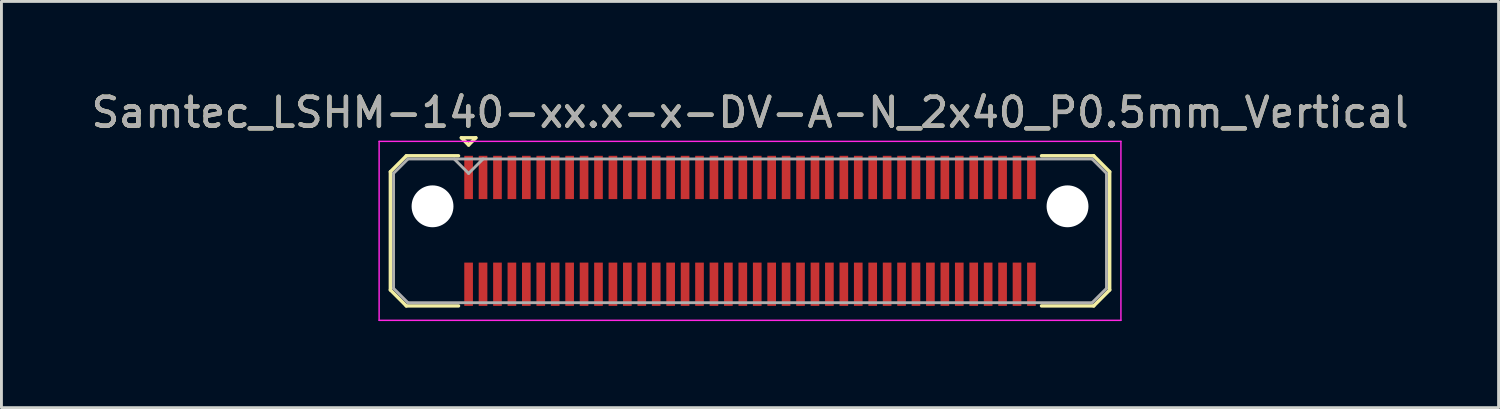
<source format=kicad_pcb>
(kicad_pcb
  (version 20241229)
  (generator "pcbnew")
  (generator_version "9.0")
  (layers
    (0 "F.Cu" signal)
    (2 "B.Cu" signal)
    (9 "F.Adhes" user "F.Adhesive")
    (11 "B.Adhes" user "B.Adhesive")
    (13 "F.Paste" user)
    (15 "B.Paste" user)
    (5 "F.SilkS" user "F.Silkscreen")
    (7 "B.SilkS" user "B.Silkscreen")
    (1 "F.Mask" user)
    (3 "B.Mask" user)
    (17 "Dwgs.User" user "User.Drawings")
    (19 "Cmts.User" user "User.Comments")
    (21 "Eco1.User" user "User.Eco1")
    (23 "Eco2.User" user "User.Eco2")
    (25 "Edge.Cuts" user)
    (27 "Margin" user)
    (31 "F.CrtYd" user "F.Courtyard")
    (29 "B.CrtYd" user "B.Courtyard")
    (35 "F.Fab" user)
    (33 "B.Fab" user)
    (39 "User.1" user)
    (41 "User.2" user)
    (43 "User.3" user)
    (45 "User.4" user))
  (footprint "Samtec_LSHM-140-xx.x-x-DV-A-N_2x40_P0.5mm_Vertical"
    (layer "F.Cu")
    (at 22.935 4.948)
    (property "Reference" "Samtec_LSHM-140-xx.x-x-DV-A-N_2x40_P0.5mm_Vertical" (at 0 -4.1 0) (layer "F.SilkS") (effects (font (size 1 1) (thickness 0.15))))
    (attr smd)
    (fp_line (start -12.46 -2.047) (end -12.46 2.047) (stroke (width 0.12) (type solid)) (layer "F.SilkS"))
    (fp_line (start -12.46 2.047) (end -11.907 2.6) (stroke (width 0.12) (type solid)) (layer "F.SilkS"))
    (fp_line (start -11.907 -2.6) (end -12.46 -2.047) (stroke (width 0.12) (type solid)) (layer "F.SilkS"))
    (fp_line (start -11.907 2.6) (end -10.1 2.6) (stroke (width 0.12) (type solid)) (layer "F.SilkS"))
    (fp_line (start -10.1 -2.6) (end -11.907 -2.6) (stroke (width 0.12) (type solid)) (layer "F.SilkS"))
    (fp_line (start -10 -3.225) (end -9.5 -3.225) (stroke (width 0.12) (type solid)) (layer "F.SilkS"))
    (fp_line (start -9.75 -2.975) (end -10 -3.225) (stroke (width 0.12) (type solid)) (layer "F.SilkS"))
    (fp_line (start -9.5 -3.225) (end -9.75 -2.975) (stroke (width 0.12) (type solid)) (layer "F.SilkS"))
    (fp_line (start 10.1 -2.6) (end 11.907 -2.6) (stroke (width 0.12) (type solid)) (layer "F.SilkS"))
    (fp_line (start 11.907 -2.6) (end 12.46 -2.047) (stroke (width 0.12) (type solid)) (layer "F.SilkS"))
    (fp_line (start 11.907 2.6) (end 10.1 2.6) (stroke (width 0.12) (type solid)) (layer "F.SilkS"))
    (fp_line (start 12.46 -2.047) (end 12.46 2.047) (stroke (width 0.12) (type solid)) (layer "F.SilkS"))
    (fp_line (start 12.46 2.047) (end 11.907 2.6) (stroke (width 0.12) (type solid)) (layer "F.SilkS"))
    (fp_line (start -12.85 -3.1) (end -12.85 3.1) (stroke (width 0.05) (type solid)) (layer "F.CrtYd"))
    (fp_line (start -12.85 3.1) (end 12.85 3.1) (stroke (width 0.05) (type solid)) (layer "F.CrtYd"))
    (fp_line (start 12.85 -3.1) (end -12.85 -3.1) (stroke (width 0.05) (type solid)) (layer "F.CrtYd"))
    (fp_line (start 12.85 3.1) (end 12.85 -3.1) (stroke (width 0.05) (type solid)) (layer "F.CrtYd"))
    (fp_line (start -12.35 -1.992) (end -12.35 1.992) (stroke (width 0.1) (type solid)) (layer "F.Fab"))
    (fp_line (start -12.35 1.992) (end -11.852 2.49) (stroke (width 0.1) (type solid)) (layer "F.Fab"))
    (fp_line (start -11.852 -2.49) (end -12.35 -1.992) (stroke (width 0.1) (type solid)) (layer "F.Fab"))
    (fp_line (start -11.852 2.49) (end 11.852 2.49) (stroke (width 0.1) (type solid)) (layer "F.Fab"))
    (fp_line (start -9.75 -1.99) (end -10.25 -2.49) (stroke (width 0.1) (type solid)) (layer "F.Fab"))
    (fp_line (start -9.25 -2.49) (end -9.75 -1.99) (stroke (width 0.1) (type solid)) (layer "F.Fab"))
    (fp_line (start 11.852 -2.49) (end -11.852 -2.49) (stroke (width 0.1) (type solid)) (layer "F.Fab"))
    (fp_line (start 11.852 2.49) (end 12.35 1.992) (stroke (width 0.1) (type solid)) (layer "F.Fab"))
    (fp_line (start 12.35 -1.992) (end 11.852 -2.49) (stroke (width 0.1) (type solid)) (layer "F.Fab"))
    (fp_line (start 12.35 1.992) (end 12.35 -1.992) (stroke (width 0.1) (type solid)) (layer "F.Fab"))
    (fp_text user "${REFERENCE}" (at 0 -4.1 0) (layer "F.Fab") (effects (font (size 1 1) (thickness 0.15))))
    (pad "" np_thru_hole circle (at -11 -0.85) (size 1.45 1.45) (drill 1.45) (layers "*.Cu" "*.Mask"))
    (pad "" np_thru_hole circle (at 11 -0.85) (size 1.45 1.45) (drill 1.45) (layers "*.Cu" "*.Mask"))
    (pad "1" smd rect (at -9.75 -1.85) (size 0.3 1.5) (layers "F.Cu" "F.Mask" "F.Paste"))
    (pad "2" smd rect (at -9.75 1.85) (size 0.3 1.5) (layers "F.Cu" "F.Mask" "F.Paste"))
    (pad "3" smd rect (at -9.25 -1.85) (size 0.3 1.5) (layers "F.Cu" "F.Mask" "F.Paste"))
    (pad "4" smd rect (at -9.25 1.85) (size 0.3 1.5) (layers "F.Cu" "F.Mask" "F.Paste"))
    (pad "5" smd rect (at -8.75 -1.85) (size 0.3 1.5) (layers "F.Cu" "F.Mask" "F.Paste"))
    (pad "6" smd rect (at -8.75 1.85) (size 0.3 1.5) (layers "F.Cu" "F.Mask" "F.Paste"))
    (pad "7" smd rect (at -8.25 -1.85) (size 0.3 1.5) (layers "F.Cu" "F.Mask" "F.Paste"))
    (pad "8" smd rect (at -8.25 1.85) (size 0.3 1.5) (layers "F.Cu" "F.Mask" "F.Paste"))
    (pad "9" smd rect (at -7.75 -1.85) (size 0.3 1.5) (layers "F.Cu" "F.Mask" "F.Paste"))
    (pad "10" smd rect (at -7.75 1.85) (size 0.3 1.5) (layers "F.Cu" "F.Mask" "F.Paste"))
    (pad "11" smd rect (at -7.25 -1.85) (size 0.3 1.5) (layers "F.Cu" "F.Mask" "F.Paste"))
    (pad "12" smd rect (at -7.25 1.85) (size 0.3 1.5) (layers "F.Cu" "F.Mask" "F.Paste"))
    (pad "13" smd rect (at -6.75 -1.85) (size 0.3 1.5) (layers "F.Cu" "F.Mask" "F.Paste"))
    (pad "14" smd rect (at -6.75 1.85) (size 0.3 1.5) (layers "F.Cu" "F.Mask" "F.Paste"))
    (pad "15" smd rect (at -6.25 -1.85) (size 0.3 1.5) (layers "F.Cu" "F.Mask" "F.Paste"))
    (pad "16" smd rect (at -6.25 1.85) (size 0.3 1.5) (layers "F.Cu" "F.Mask" "F.Paste"))
    (pad "17" smd rect (at -5.75 -1.85) (size 0.3 1.5) (layers "F.Cu" "F.Mask" "F.Paste"))
    (pad "18" smd rect (at -5.75 1.85) (size 0.3 1.5) (layers "F.Cu" "F.Mask" "F.Paste"))
    (pad "19" smd rect (at -5.25 -1.85) (size 0.3 1.5) (layers "F.Cu" "F.Mask" "F.Paste"))
    (pad "20" smd rect (at -5.25 1.85) (size 0.3 1.5) (layers "F.Cu" "F.Mask" "F.Paste"))
    (pad "21" smd rect (at -4.75 -1.85) (size 0.3 1.5) (layers "F.Cu" "F.Mask" "F.Paste"))
    (pad "22" smd rect (at -4.75 1.85) (size 0.3 1.5) (layers "F.Cu" "F.Mask" "F.Paste"))
    (pad "23" smd rect (at -4.25 -1.85) (size 0.3 1.5) (layers "F.Cu" "F.Mask" "F.Paste"))
    (pad "24" smd rect (at -4.25 1.85) (size 0.3 1.5) (layers "F.Cu" "F.Mask" "F.Paste"))
    (pad "25" smd rect (at -3.75 -1.85) (size 0.3 1.5) (layers "F.Cu" "F.Mask" "F.Paste"))
    (pad "26" smd rect (at -3.75 1.85) (size 0.3 1.5) (layers "F.Cu" "F.Mask" "F.Paste"))
    (pad "27" smd rect (at -3.25 -1.85) (size 0.3 1.5) (layers "F.Cu" "F.Mask" "F.Paste"))
    (pad "28" smd rect (at -3.25 1.85) (size 0.3 1.5) (layers "F.Cu" "F.Mask" "F.Paste"))
    (pad "29" smd rect (at -2.75 -1.85) (size 0.3 1.5) (layers "F.Cu" "F.Mask" "F.Paste"))
    (pad "30" smd rect (at -2.75 1.85) (size 0.3 1.5) (layers "F.Cu" "F.Mask" "F.Paste"))
    (pad "31" smd rect (at -2.25 -1.85) (size 0.3 1.5) (layers "F.Cu" "F.Mask" "F.Paste"))
    (pad "32" smd rect (at -2.25 1.85) (size 0.3 1.5) (layers "F.Cu" "F.Mask" "F.Paste"))
    (pad "33" smd rect (at -1.75 -1.85) (size 0.3 1.5) (layers "F.Cu" "F.Mask" "F.Paste"))
    (pad "34" smd rect (at -1.75 1.85) (size 0.3 1.5) (layers "F.Cu" "F.Mask" "F.Paste"))
    (pad "35" smd rect (at -1.25 -1.85) (size 0.3 1.5) (layers "F.Cu" "F.Mask" "F.Paste"))
    (pad "36" smd rect (at -1.25 1.85) (size 0.3 1.5) (layers "F.Cu" "F.Mask" "F.Paste"))
    (pad "37" smd rect (at -0.75 -1.85) (size 0.3 1.5) (layers "F.Cu" "F.Mask" "F.Paste"))
    (pad "38" smd rect (at -0.75 1.85) (size 0.3 1.5) (layers "F.Cu" "F.Mask" "F.Paste"))
    (pad "39" smd rect (at -0.25 -1.85) (size 0.3 1.5) (layers "F.Cu" "F.Mask" "F.Paste"))
    (pad "40" smd rect (at -0.25 1.85) (size 0.3 1.5) (layers "F.Cu" "F.Mask" "F.Paste"))
    (pad "41" smd rect (at 0.25 -1.85) (size 0.3 1.5) (layers "F.Cu" "F.Mask" "F.Paste"))
    (pad "42" smd rect (at 0.25 1.85) (size 0.3 1.5) (layers "F.Cu" "F.Mask" "F.Paste"))
    (pad "43" smd rect (at 0.75 -1.85) (size 0.3 1.5) (layers "F.Cu" "F.Mask" "F.Paste"))
    (pad "44" smd rect (at 0.75 1.85) (size 0.3 1.5) (layers "F.Cu" "F.Mask" "F.Paste"))
    (pad "45" smd rect (at 1.25 -1.85) (size 0.3 1.5) (layers "F.Cu" "F.Mask" "F.Paste"))
    (pad "46" smd rect (at 1.25 1.85) (size 0.3 1.5) (layers "F.Cu" "F.Mask" "F.Paste"))
    (pad "47" smd rect (at 1.75 -1.85) (size 0.3 1.5) (layers "F.Cu" "F.Mask" "F.Paste"))
    (pad "48" smd rect (at 1.75 1.85) (size 0.3 1.5) (layers "F.Cu" "F.Mask" "F.Paste"))
    (pad "49" smd rect (at 2.25 -1.85) (size 0.3 1.5) (layers "F.Cu" "F.Mask" "F.Paste"))
    (pad "50" smd rect (at 2.25 1.85) (size 0.3 1.5) (layers "F.Cu" "F.Mask" "F.Paste"))
    (pad "51" smd rect (at 2.75 -1.85) (size 0.3 1.5) (layers "F.Cu" "F.Mask" "F.Paste"))
    (pad "52" smd rect (at 2.75 1.85) (size 0.3 1.5) (layers "F.Cu" "F.Mask" "F.Paste"))
    (pad "53" smd rect (at 3.25 -1.85) (size 0.3 1.5) (layers "F.Cu" "F.Mask" "F.Paste"))
    (pad "54" smd rect (at 3.25 1.85) (size 0.3 1.5) (layers "F.Cu" "F.Mask" "F.Paste"))
    (pad "55" smd rect (at 3.75 -1.85) (size 0.3 1.5) (layers "F.Cu" "F.Mask" "F.Paste"))
    (pad "56" smd rect (at 3.75 1.85) (size 0.3 1.5) (layers "F.Cu" "F.Mask" "F.Paste"))
    (pad "57" smd rect (at 4.25 -1.85) (size 0.3 1.5) (layers "F.Cu" "F.Mask" "F.Paste"))
    (pad "58" smd rect (at 4.25 1.85) (size 0.3 1.5) (layers "F.Cu" "F.Mask" "F.Paste"))
    (pad "59" smd rect (at 4.75 -1.85) (size 0.3 1.5) (layers "F.Cu" "F.Mask" "F.Paste"))
    (pad "60" smd rect (at 4.75 1.85) (size 0.3 1.5) (layers "F.Cu" "F.Mask" "F.Paste"))
    (pad "61" smd rect (at 5.25 -1.85) (size 0.3 1.5) (layers "F.Cu" "F.Mask" "F.Paste"))
    (pad "62" smd rect (at 5.25 1.85) (size 0.3 1.5) (layers "F.Cu" "F.Mask" "F.Paste"))
    (pad "63" smd rect (at 5.75 -1.85) (size 0.3 1.5) (layers "F.Cu" "F.Mask" "F.Paste"))
    (pad "64" smd rect (at 5.75 1.85) (size 0.3 1.5) (layers "F.Cu" "F.Mask" "F.Paste"))
    (pad "65" smd rect (at 6.25 -1.85) (size 0.3 1.5) (layers "F.Cu" "F.Mask" "F.Paste"))
    (pad "66" smd rect (at 6.25 1.85) (size 0.3 1.5) (layers "F.Cu" "F.Mask" "F.Paste"))
    (pad "67" smd rect (at 6.75 -1.85) (size 0.3 1.5) (layers "F.Cu" "F.Mask" "F.Paste"))
    (pad "68" smd rect (at 6.75 1.85) (size 0.3 1.5) (layers "F.Cu" "F.Mask" "F.Paste"))
    (pad "69" smd rect (at 7.25 -1.85) (size 0.3 1.5) (layers "F.Cu" "F.Mask" "F.Paste"))
    (pad "70" smd rect (at 7.25 1.85) (size 0.3 1.5) (layers "F.Cu" "F.Mask" "F.Paste"))
    (pad "71" smd rect (at 7.75 -1.85) (size 0.3 1.5) (layers "F.Cu" "F.Mask" "F.Paste"))
    (pad "72" smd rect (at 7.75 1.85) (size 0.3 1.5) (layers "F.Cu" "F.Mask" "F.Paste"))
    (pad "73" smd rect (at 8.25 -1.85) (size 0.3 1.5) (layers "F.Cu" "F.Mask" "F.Paste"))
    (pad "74" smd rect (at 8.25 1.85) (size 0.3 1.5) (layers "F.Cu" "F.Mask" "F.Paste"))
    (pad "75" smd rect (at 8.75 -1.85) (size 0.3 1.5) (layers "F.Cu" "F.Mask" "F.Paste"))
    (pad "76" smd rect (at 8.75 1.85) (size 0.3 1.5) (layers "F.Cu" "F.Mask" "F.Paste"))
    (pad "77" smd rect (at 9.25 -1.85) (size 0.3 1.5) (layers "F.Cu" "F.Mask" "F.Paste"))
    (pad "78" smd rect (at 9.25 1.85) (size 0.3 1.5) (layers "F.Cu" "F.Mask" "F.Paste"))
    (pad "79" smd rect (at 9.75 -1.85) (size 0.3 1.5) (layers "F.Cu" "F.Mask" "F.Paste"))
    (pad "80" smd rect (at 9.75 1.85) (size 0.3 1.5) (layers "F.Cu" "F.Mask" "F.Paste")))
  (gr_rect
    (start -3 -3)
    (end 48.869 11.073)
    (stroke (width 0.1) (type default))
    (fill no)
    (layer "Edge.Cuts")))
</source>
